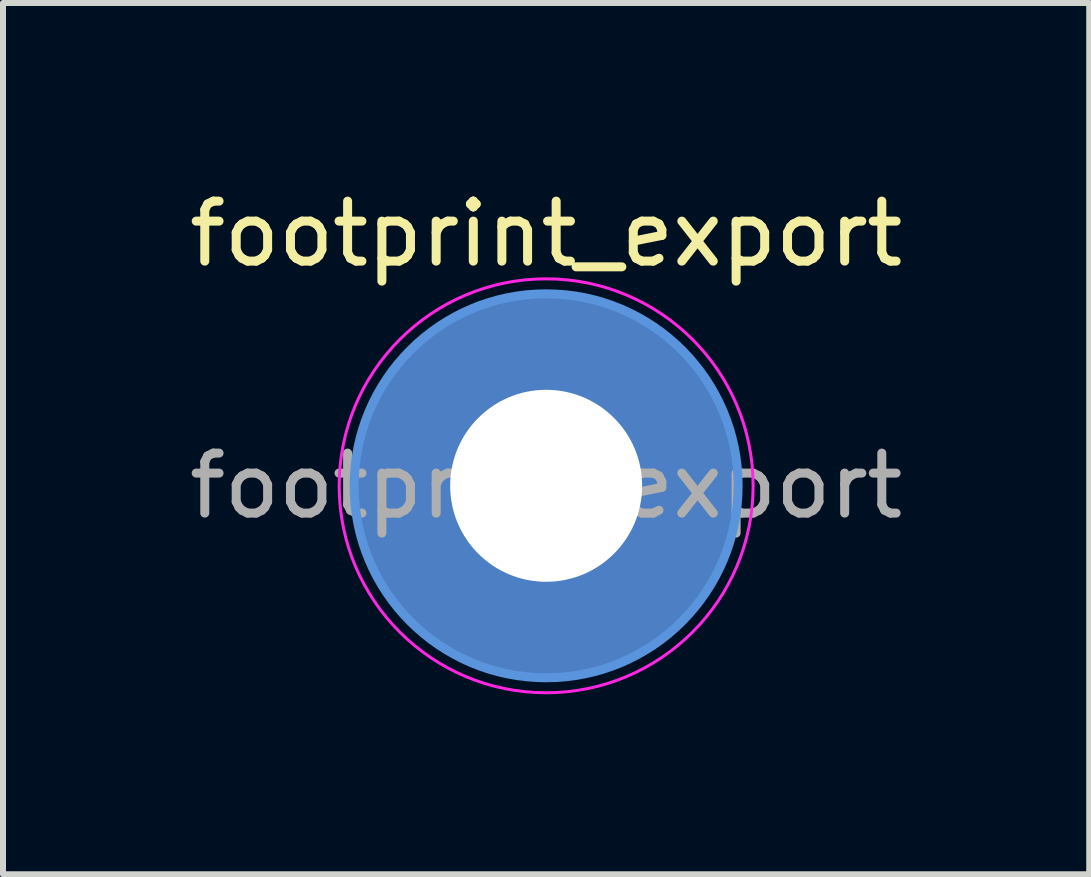
<source format=kicad_pcb>
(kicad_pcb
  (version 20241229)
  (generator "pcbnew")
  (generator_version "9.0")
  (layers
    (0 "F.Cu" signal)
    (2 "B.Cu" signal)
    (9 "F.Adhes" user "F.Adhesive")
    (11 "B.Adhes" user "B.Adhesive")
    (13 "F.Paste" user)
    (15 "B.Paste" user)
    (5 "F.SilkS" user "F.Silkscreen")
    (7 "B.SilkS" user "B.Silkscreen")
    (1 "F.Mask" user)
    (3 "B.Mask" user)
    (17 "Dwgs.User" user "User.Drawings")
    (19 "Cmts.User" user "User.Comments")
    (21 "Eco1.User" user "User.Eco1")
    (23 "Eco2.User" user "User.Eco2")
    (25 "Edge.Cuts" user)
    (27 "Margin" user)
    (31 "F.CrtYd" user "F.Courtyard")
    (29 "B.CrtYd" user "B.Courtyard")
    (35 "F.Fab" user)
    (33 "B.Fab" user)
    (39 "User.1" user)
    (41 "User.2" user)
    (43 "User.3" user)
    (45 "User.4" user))
  (footprint "footprint_export"
    (layer "F.Cu")
    (at 6.054 5.048)
    (property "Reference" "footprint_export" (at 0 -4.2 0) (layer "F.SilkS") (effects (font (size 1 1) (thickness 0.15))))
    (attr exclude_from_pos_files exclude_from_bom)
    (fp_circle (center 0 0) (end 3.2 0) (stroke (width 0.15) (type solid)) (fill no) (layer "Cmts.User"))
    (fp_circle (center 0 0) (end 3.45 0) (stroke (width 0.05) (type solid)) (fill no) (layer "F.CrtYd"))
    (fp_text user "${REFERENCE}" (at 0 0 0) (layer "F.Fab") (effects (font (size 1 1) (thickness 0.15))))
    (pad "1" thru_hole circle (at 0 0) (size 6.4 6.4) (drill 3.2) (layers "*.Cu" "*.Mask")))
  (gr_rect
    (start -3 -3)
    (end 15.107 11.523)
    (stroke (width 0.1) (type default))
    (fill no)
    (layer "Edge.Cuts")))
</source>
